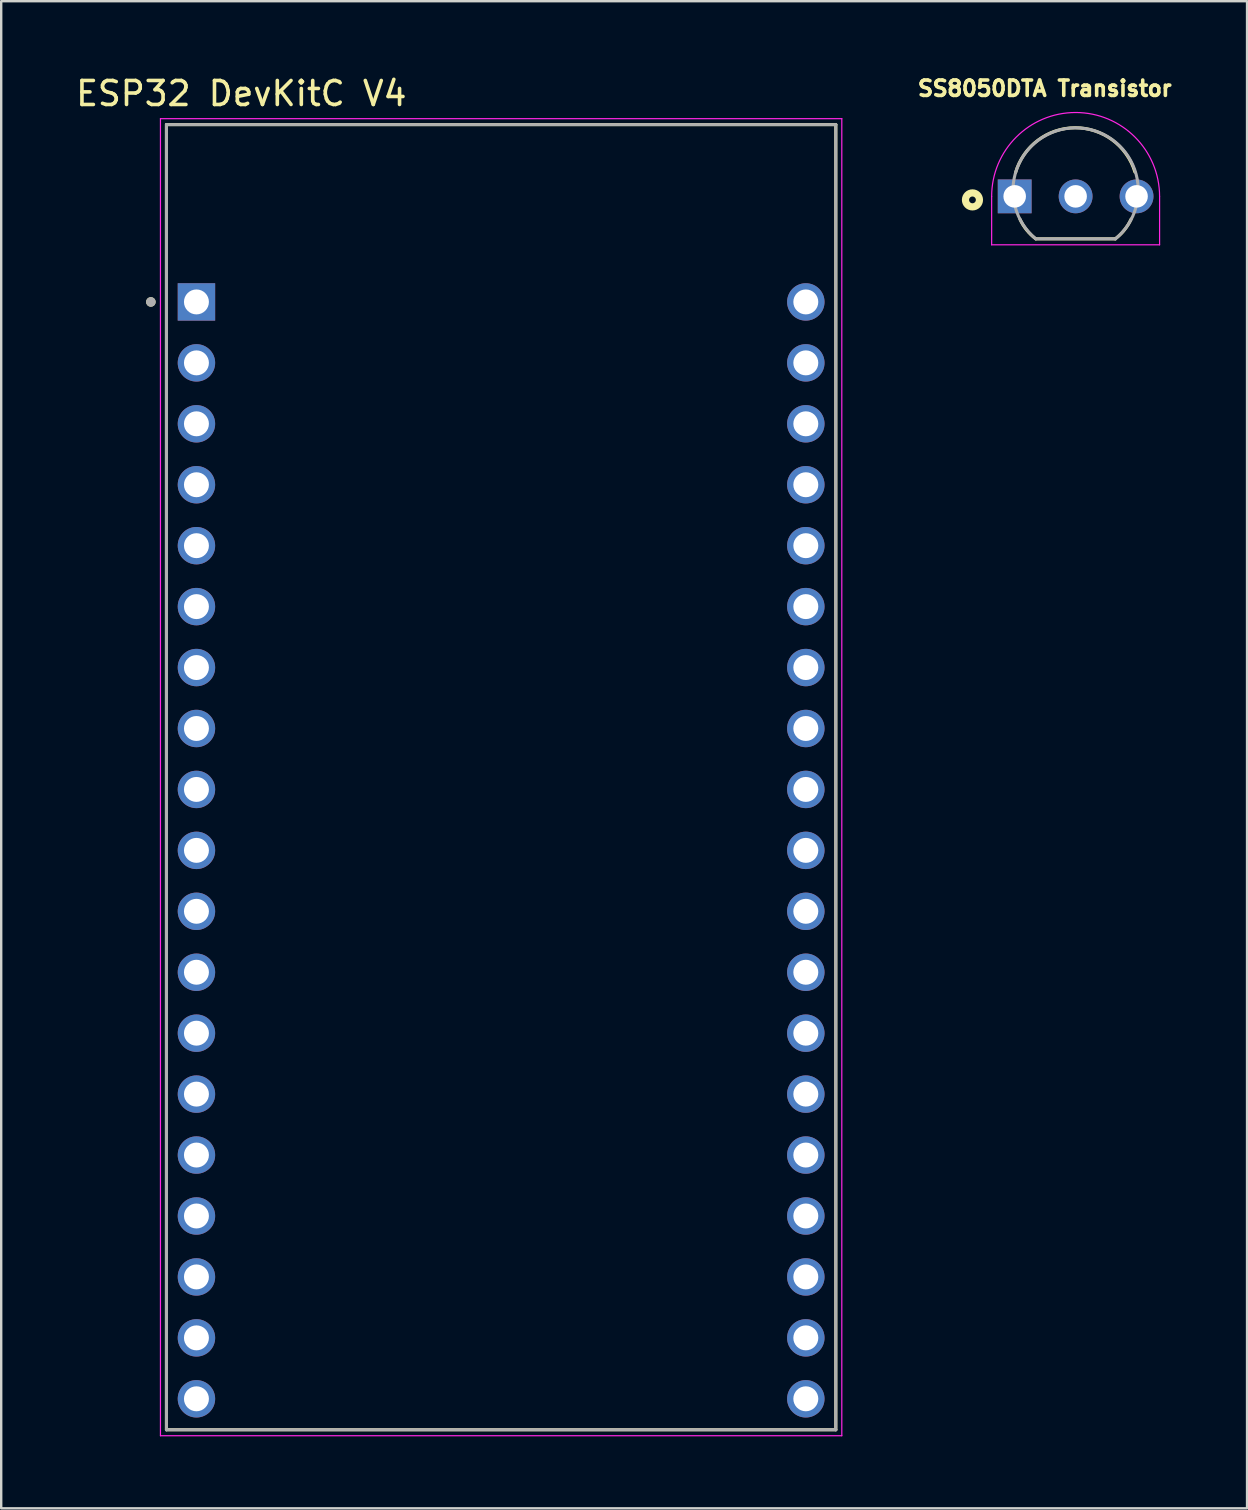
<source format=kicad_pcb>
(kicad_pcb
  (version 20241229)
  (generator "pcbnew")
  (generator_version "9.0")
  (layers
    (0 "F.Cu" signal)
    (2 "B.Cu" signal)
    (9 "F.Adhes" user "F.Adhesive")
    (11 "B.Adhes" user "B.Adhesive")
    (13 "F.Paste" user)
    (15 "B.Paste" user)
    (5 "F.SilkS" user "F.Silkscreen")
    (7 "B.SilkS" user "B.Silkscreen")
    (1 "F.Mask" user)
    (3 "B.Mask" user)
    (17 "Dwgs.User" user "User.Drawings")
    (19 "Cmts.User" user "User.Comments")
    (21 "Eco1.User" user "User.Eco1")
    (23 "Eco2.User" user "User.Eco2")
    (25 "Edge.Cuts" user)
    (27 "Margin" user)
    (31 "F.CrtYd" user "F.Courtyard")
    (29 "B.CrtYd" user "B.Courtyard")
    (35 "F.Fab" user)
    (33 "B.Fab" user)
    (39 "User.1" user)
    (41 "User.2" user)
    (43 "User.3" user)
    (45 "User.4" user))
  (footprint "ESP32 DevKitC V4"
    (layer "F.Cu")
    (at 17.838 29.295)
    (property "Reference" "ESP32 DevKitC V4" (at -10.829 -28.446 0) (layer "F.SilkS") (effects (font (size 1 1) (thickness 0.15))))
    (attr through_hole)
    (fp_line (start -13.95 -27.15) (end 13.95 -27.15) (stroke (width 0.127) (type solid)) (layer "F.SilkS"))
    (fp_line (start -13.95 27.25) (end -13.95 -27.15) (stroke (width 0.127) (type solid)) (layer "F.SilkS"))
    (fp_line (start 13.95 -27.15) (end 13.95 27.25) (stroke (width 0.127) (type solid)) (layer "F.SilkS"))
    (fp_line (start 13.95 27.25) (end -13.95 27.25) (stroke (width 0.127) (type solid)) (layer "F.SilkS"))
    (fp_circle (center -14.6 -19.76) (end -14.5 -19.76) (stroke (width 0.2) (type solid)) (fill no) (layer "F.SilkS"))
    (fp_line (start -14.2 -27.4) (end 14.2 -27.4) (stroke (width 0.05) (type solid)) (layer "F.CrtYd"))
    (fp_line (start -14.2 27.5) (end -14.2 -27.4) (stroke (width 0.05) (type solid)) (layer "F.CrtYd"))
    (fp_line (start 14.2 -27.4) (end 14.2 27.5) (stroke (width 0.05) (type solid)) (layer "F.CrtYd"))
    (fp_line (start 14.2 27.5) (end -14.2 27.5) (stroke (width 0.05) (type solid)) (layer "F.CrtYd"))
    (fp_line (start -13.95 -27.15) (end 13.95 -27.15) (stroke (width 0.127) (type solid)) (layer "F.Fab"))
    (fp_line (start -13.95 27.25) (end -13.95 -27.15) (stroke (width 0.127) (type solid)) (layer "F.Fab"))
    (fp_line (start 13.95 -27.15) (end 13.95 27.25) (stroke (width 0.127) (type solid)) (layer "F.Fab"))
    (fp_line (start 13.95 27.25) (end -13.95 27.25) (stroke (width 0.127) (type solid)) (layer "F.Fab"))
    (fp_circle (center -14.6 -19.76) (end -14.5 -19.76) (stroke (width 0.2) (type solid)) (fill no) (layer "F.Fab"))
    (pad "J2-1" thru_hole rect (at -12.7 -19.76) (size 1.56 1.56) (drill 1.04) (layers "*.Cu" "*.Mask"))
    (pad "J2-2" thru_hole circle (at -12.7 -17.22) (size 1.56 1.56) (drill 1.04) (layers "*.Cu" "*.Mask"))
    (pad "J2-3" thru_hole circle (at -12.7 -14.68) (size 1.56 1.56) (drill 1.04) (layers "*.Cu" "*.Mask"))
    (pad "J2-4" thru_hole circle (at -12.7 -12.14) (size 1.56 1.56) (drill 1.04) (layers "*.Cu" "*.Mask"))
    (pad "J2-5" thru_hole circle (at -12.7 -9.6) (size 1.56 1.56) (drill 1.04) (layers "*.Cu" "*.Mask"))
    (pad "J2-6" thru_hole circle (at -12.7 -7.06) (size 1.56 1.56) (drill 1.04) (layers "*.Cu" "*.Mask"))
    (pad "J2-7" thru_hole circle (at -12.7 -4.52) (size 1.56 1.56) (drill 1.04) (layers "*.Cu" "*.Mask"))
    (pad "J2-8" thru_hole circle (at -12.7 -1.98) (size 1.56 1.56) (drill 1.04) (layers "*.Cu" "*.Mask"))
    (pad "J2-9" thru_hole circle (at -12.7 0.56) (size 1.56 1.56) (drill 1.04) (layers "*.Cu" "*.Mask"))
    (pad "J2-10" thru_hole circle (at -12.7 3.1) (size 1.56 1.56) (drill 1.04) (layers "*.Cu" "*.Mask"))
    (pad "J2-11" thru_hole circle (at -12.7 5.64) (size 1.56 1.56) (drill 1.04) (layers "*.Cu" "*.Mask"))
    (pad "J2-12" thru_hole circle (at -12.7 8.18) (size 1.56 1.56) (drill 1.04) (layers "*.Cu" "*.Mask"))
    (pad "J2-13" thru_hole circle (at -12.7 10.72) (size 1.56 1.56) (drill 1.04) (layers "*.Cu" "*.Mask"))
    (pad "J2-14" thru_hole circle (at -12.7 13.26) (size 1.56 1.56) (drill 1.04) (layers "*.Cu" "*.Mask"))
    (pad "J2-15" thru_hole circle (at -12.7 15.8) (size 1.56 1.56) (drill 1.04) (layers "*.Cu" "*.Mask"))
    (pad "J2-16" thru_hole circle (at -12.7 18.34) (size 1.56 1.56) (drill 1.04) (layers "*.Cu" "*.Mask"))
    (pad "J2-17" thru_hole circle (at -12.7 20.88) (size 1.56 1.56) (drill 1.04) (layers "*.Cu" "*.Mask"))
    (pad "J2-18" thru_hole circle (at -12.7 23.42) (size 1.56 1.56) (drill 1.04) (layers "*.Cu" "*.Mask"))
    (pad "J2-19" thru_hole circle (at -12.7 25.96) (size 1.56 1.56) (drill 1.04) (layers "*.Cu" "*.Mask"))
    (pad "J3-1" thru_hole circle (at 12.7 -19.76) (size 1.56 1.56) (drill 1.04) (layers "*.Cu" "*.Mask"))
    (pad "J3-2" thru_hole circle (at 12.7 -17.22) (size 1.56 1.56) (drill 1.04) (layers "*.Cu" "*.Mask"))
    (pad "J3-3" thru_hole circle (at 12.7 -14.68) (size 1.56 1.56) (drill 1.04) (layers "*.Cu" "*.Mask"))
    (pad "J3-4" thru_hole circle (at 12.7 -12.14) (size 1.56 1.56) (drill 1.04) (layers "*.Cu" "*.Mask"))
    (pad "J3-5" thru_hole circle (at 12.7 -9.6) (size 1.56 1.56) (drill 1.04) (layers "*.Cu" "*.Mask"))
    (pad "J3-6" thru_hole circle (at 12.7 -7.06) (size 1.56 1.56) (drill 1.04) (layers "*.Cu" "*.Mask"))
    (pad "J3-7" thru_hole circle (at 12.7 -4.52) (size 1.56 1.56) (drill 1.04) (layers "*.Cu" "*.Mask"))
    (pad "J3-8" thru_hole circle (at 12.7 -1.98) (size 1.56 1.56) (drill 1.04) (layers "*.Cu" "*.Mask"))
    (pad "J3-9" thru_hole circle (at 12.7 0.56) (size 1.56 1.56) (drill 1.04) (layers "*.Cu" "*.Mask"))
    (pad "J3-10" thru_hole circle (at 12.7 3.1) (size 1.56 1.56) (drill 1.04) (layers "*.Cu" "*.Mask"))
    (pad "J3-11" thru_hole circle (at 12.7 5.64) (size 1.56 1.56) (drill 1.04) (layers "*.Cu" "*.Mask"))
    (pad "J3-12" thru_hole circle (at 12.7 8.18) (size 1.56 1.56) (drill 1.04) (layers "*.Cu" "*.Mask"))
    (pad "J3-13" thru_hole circle (at 12.7 10.72) (size 1.56 1.56) (drill 1.04) (layers "*.Cu" "*.Mask"))
    (pad "J3-14" thru_hole circle (at 12.7 13.26) (size 1.56 1.56) (drill 1.04) (layers "*.Cu" "*.Mask"))
    (pad "J3-15" thru_hole circle (at 12.7 15.8) (size 1.56 1.56) (drill 1.04) (layers "*.Cu" "*.Mask"))
    (pad "J3-16" thru_hole circle (at 12.7 18.34) (size 1.56 1.56) (drill 1.04) (layers "*.Cu" "*.Mask"))
    (pad "J3-17" thru_hole circle (at 12.7 20.88) (size 1.56 1.56) (drill 1.04) (layers "*.Cu" "*.Mask"))
    (pad "J3-18" thru_hole circle (at 12.7 23.42) (size 1.56 1.56) (drill 1.04) (layers "*.Cu" "*.Mask"))
    (pad "J3-19" thru_hole circle (at 12.7 25.96) (size 1.56 1.56) (drill 1.04) (layers "*.Cu" "*.Mask")))
  (footprint "SS8050DTA Transistor"
    (layer "F.Cu")
    (at 41.784 4.282)
    (property "Reference" "SS8050DTA Transistor" (at -1.287 -3.645 0) (layer "F.SilkS") (effects (font (size 0.64 0.64) (thickness 0.15))))
    (attr through_hole)
    (fp_line (start -1.661 2.623) (end 1.661 2.623) (stroke (width 0.127) (type solid)) (layer "F.SilkS"))
    (fp_arc (start -2.503001 -0.139) (mid -0.024214 -2.007132) (end 2.471 -0.161) (stroke (width 0.127) (type solid)) (layer "F.SilkS"))
    (fp_arc (start -1.661 2.623) (mid -2.04385 2.253545) (end -2.322 1.8) (stroke (width 0.127) (type solid)) (layer "F.SilkS"))
    (fp_arc (start 2.312 1.801) (mid 2.033849 2.254545) (end 1.651 2.624) (stroke (width 0.127) (type solid)) (layer "F.SilkS"))
    (fp_circle (center -4.3 1) (end -4.159 1) (stroke (width 0.3) (type solid)) (fill no) (layer "F.SilkS"))
    (fp_line (start -3.5 0.858) (end -3.5 2.873) (stroke (width 0.05) (type solid)) (layer "F.CrtYd"))
    (fp_line (start -3.5 2.873) (end 3.5 2.873) (stroke (width 0.05) (type solid)) (layer "F.CrtYd"))
    (fp_line (start 3.5 2.873) (end 3.5 0.858) (stroke (width 0.05) (type solid)) (layer "F.CrtYd"))
    (fp_arc (start -3.5 0.8575) (mid 0 -2.6425) (end 3.5 0.8575) (stroke (width 0.05) (type solid)) (layer "F.CrtYd"))
    (fp_line (start -1.661 2.623) (end 1.661 2.623) (stroke (width 0.127) (type solid)) (layer "F.Fab"))
    (fp_arc (start -1.661 2.623) (mid 0 -2.003268) (end 1.661 2.623) (stroke (width 0.127) (type solid)) (layer "F.Fab"))
    (pad "1" thru_hole rect (at -2.54 0.853) (size 1.41 1.41) (drill 0.94) (layers "*.Cu" "*.Mask"))
    (pad "2" thru_hole circle (at 0 0.853) (size 1.41 1.41) (drill 0.94) (layers "*.Cu" "*.Mask"))
    (pad "3" thru_hole circle (at 2.54 0.853) (size 1.41 1.41) (drill 0.94) (layers "*.Cu" "*.Mask")))
  (gr_rect
    (start -3 -3)
    (end 48.93 59.82)
    (stroke (width 0.1) (type default))
    (fill no)
    (layer "Edge.Cuts")))
</source>
